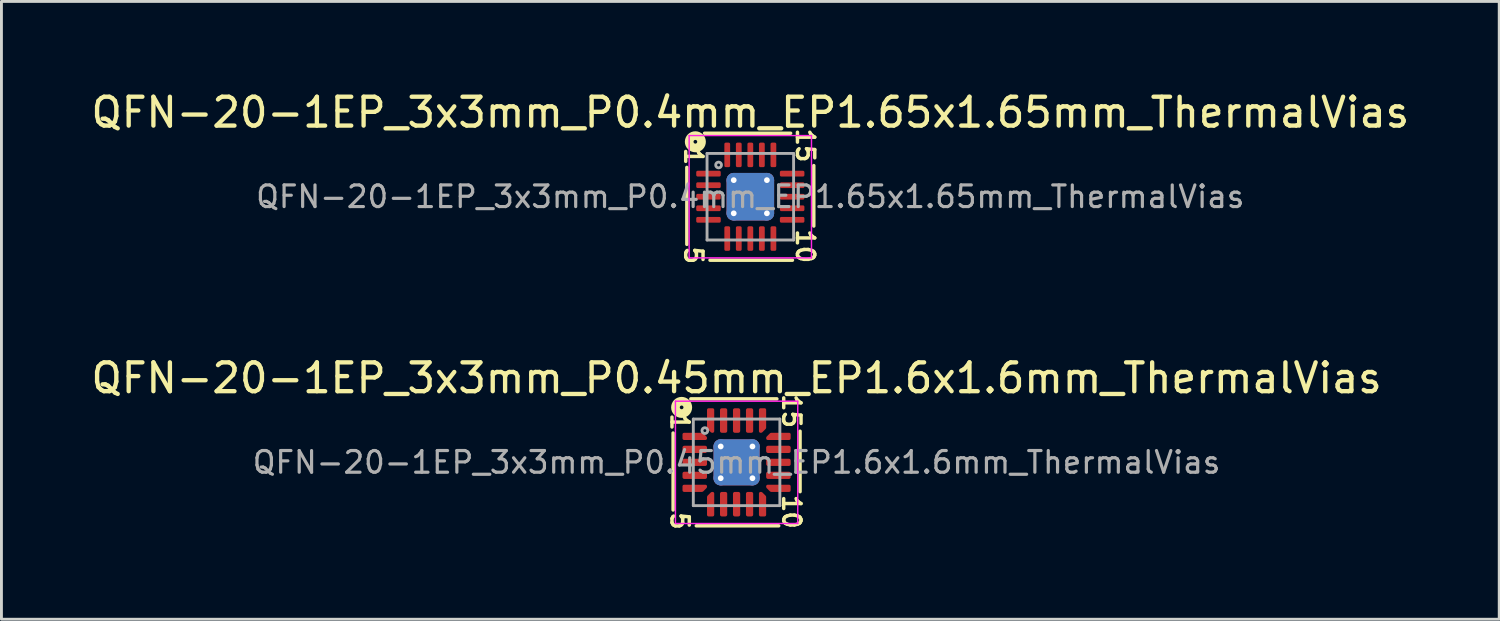
<source format=kicad_pcb>
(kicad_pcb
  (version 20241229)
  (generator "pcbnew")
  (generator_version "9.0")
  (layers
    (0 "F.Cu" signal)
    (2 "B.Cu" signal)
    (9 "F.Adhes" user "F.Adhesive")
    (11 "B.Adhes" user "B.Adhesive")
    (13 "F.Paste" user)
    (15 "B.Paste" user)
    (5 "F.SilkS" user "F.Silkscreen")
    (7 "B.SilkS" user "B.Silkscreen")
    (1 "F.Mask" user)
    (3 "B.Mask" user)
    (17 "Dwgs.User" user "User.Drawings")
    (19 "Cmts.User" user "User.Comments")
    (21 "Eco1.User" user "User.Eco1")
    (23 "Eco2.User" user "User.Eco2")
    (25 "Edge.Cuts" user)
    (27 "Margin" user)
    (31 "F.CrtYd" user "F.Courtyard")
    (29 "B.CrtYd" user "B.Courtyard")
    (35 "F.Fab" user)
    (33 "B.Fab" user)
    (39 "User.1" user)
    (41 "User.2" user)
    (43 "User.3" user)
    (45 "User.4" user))
  (footprint "QFN-20-1EP_3x3mm_P0.45mm_EP1.6x1.6mm_ThermalVias"
    (layer "F.Cu")
    (at 22.482 12.976)
    (property "Reference" "QFN-20-1EP_3x3mm_P0.45mm_EP1.6x1.6mm_ThermalVias" (at 0 -2.921 0) (layer "F.SilkS") (effects (font (size 1 1) (thickness 0.15))))
    (attr smd)
    (fp_line (start -2.2 -1.016) (end -2.2 1.651) (stroke (width 0.12) (type solid)) (layer "F.SilkS"))
    (fp_line (start -1.397 2.2) (end 1.46 2.2) (stroke (width 0.12) (type solid)) (layer "F.SilkS"))
    (fp_line (start 1.397 -2.2) (end -1.587 -2.2) (stroke (width 0.12) (type solid)) (layer "F.SilkS"))
    (fp_line (start 2.2 1.016) (end 2.2 -1.079) (stroke (width 0.12) (type solid)) (layer "F.SilkS"))
    (fp_circle (center -1.905 -1.905) (end -1.841 -1.905) (stroke (width 0.3) (type solid)) (fill no) (layer "F.SilkS"))
    (fp_line (start -2.12 -2.12) (end -2.12 2.12) (stroke (width 0.05) (type solid)) (layer "F.CrtYd"))
    (fp_line (start -2.12 2.12) (end 2.12 2.12) (stroke (width 0.05) (type solid)) (layer "F.CrtYd"))
    (fp_line (start 2.12 -2.12) (end -2.12 -2.12) (stroke (width 0.05) (type solid)) (layer "F.CrtYd"))
    (fp_line (start 2.12 2.12) (end 2.12 -2.12) (stroke (width 0.05) (type solid)) (layer "F.CrtYd"))
    (fp_line (start -1.5 -1.5) (end 1.5 -1.5) (stroke (width 0.1) (type solid)) (layer "F.Fab"))
    (fp_line (start -1.5 1.5) (end -1.5 -1.5) (stroke (width 0.1) (type solid)) (layer "F.Fab"))
    (fp_line (start 1.5 -1.5) (end 1.5 1.5) (stroke (width 0.1) (type solid)) (layer "F.Fab"))
    (fp_line (start 1.5 1.5) (end -1.5 1.5) (stroke (width 0.1) (type solid)) (layer "F.Fab"))
    (fp_circle (center -1.1 -1.1) (end -1 -1.1) (stroke (width 0.1) (type solid)) (fill no) (layer "F.Fab"))
    (fp_text user "1" (at -1.968 -1.397 270) (unlocked yes) (layer "F.SilkS") (effects (font (size 0.6 0.6) (thickness 0.12))))
    (fp_text user "5" (at -1.968 2.032 270) (unlocked yes) (layer "F.SilkS") (effects (font (size 0.6 0.6) (thickness 0.12))))
    (fp_text user "15" (at 1.905 -1.778 270) (unlocked yes) (layer "F.SilkS") (effects (font (size 0.6 0.6) (thickness 0.12))))
    (fp_text user "10" (at 1.905 1.714 270) (unlocked yes) (layer "F.SilkS") (effects (font (size 0.6 0.6) (thickness 0.12))))
    (fp_text user "${REFERENCE}" (at 0 0 0) (layer "F.Fab") (effects (font (size 0.75 0.75) (thickness 0.11))))
    (pad "" smd roundrect (at -0.4 -0.4) (size 0.69 0.69) (layers "F.Paste") (roundrect_rratio 0.25))
    (pad "" smd roundrect (at -0.4 0.4) (size 0.69 0.69) (layers "F.Paste") (roundrect_rratio 0.25))
    (pad "" smd roundrect (at 0.4 -0.4) (size 0.69 0.69) (layers "F.Paste") (roundrect_rratio 0.25))
    (pad "" smd roundrect (at 0.4 0.4) (size 0.69 0.69) (layers "F.Paste") (roundrect_rratio 0.25))
    (pad "1" smd custom (at -1.45 -0.9) (size 0.144 0.144) (layers "F.Cu" "F.Mask" "F.Paste") (options (anchor circle)) (primitives (gr_poly (pts (xy 0.375 0.046) (xy 0.375 0.075) (xy -0.375 0.075) (xy -0.375 -0.075) (xy 0.254 -0.075)) (width 0.1) (fill yes))))
    (pad "2" smd roundrect (at -1.45 -0.45) (size 0.85 0.25) (layers "F.Cu" "F.Mask" "F.Paste") (roundrect_rratio 0.25))
    (pad "3" smd roundrect (at -1.45 0) (size 0.85 0.25) (layers "F.Cu" "F.Mask" "F.Paste") (roundrect_rratio 0.25))
    (pad "4" smd roundrect (at -1.45 0.45) (size 0.85 0.25) (layers "F.Cu" "F.Mask" "F.Paste") (roundrect_rratio 0.25))
    (pad "5" smd custom (at -1.45 0.9) (size 0.144 0.144) (layers "F.Cu" "F.Mask" "F.Paste") (options (anchor circle)) (primitives (gr_poly (pts (xy 0.375 -0.046) (xy 0.254 0.075) (xy -0.375 0.075) (xy -0.375 -0.075) (xy 0.375 -0.075)) (width 0.1) (fill yes))))
    (pad "6" smd custom (at -0.9 1.45) (size 0.144 0.144) (layers "F.Cu" "F.Mask" "F.Paste") (options (anchor circle)) (primitives (gr_poly (pts (xy 0.075 0.375) (xy -0.075 0.375) (xy -0.075 -0.254) (xy 0.046 -0.375) (xy 0.075 -0.375)) (width 0.1) (fill yes))))
    (pad "7" smd roundrect (at -0.45 1.45) (size 0.25 0.85) (layers "F.Cu" "F.Mask" "F.Paste") (roundrect_rratio 0.25))
    (pad "8" smd roundrect (at 0 1.45) (size 0.25 0.85) (layers "F.Cu" "F.Mask" "F.Paste") (roundrect_rratio 0.25))
    (pad "9" smd roundrect (at 0.45 1.45) (size 0.25 0.85) (layers "F.Cu" "F.Mask" "F.Paste") (roundrect_rratio 0.25))
    (pad "10" smd custom (at 0.9 1.45) (size 0.144 0.144) (layers "F.Cu" "F.Mask" "F.Paste") (options (anchor circle)) (primitives (gr_poly (pts (xy 0.075 -0.254) (xy 0.075 0.375) (xy -0.075 0.375) (xy -0.075 -0.375) (xy -0.046 -0.375)) (width 0.1) (fill yes))))
    (pad "11" smd custom (at 1.45 0.9) (size 0.144 0.144) (layers "F.Cu" "F.Mask" "F.Paste") (options (anchor circle)) (primitives (gr_poly (pts (xy 0.375 0.075) (xy -0.254 0.075) (xy -0.375 -0.046) (xy -0.375 -0.075) (xy 0.375 -0.075)) (width 0.1) (fill yes))))
    (pad "12" smd roundrect (at 1.45 0.45) (size 0.85 0.25) (layers "F.Cu" "F.Mask" "F.Paste") (roundrect_rratio 0.25))
    (pad "13" smd roundrect (at 1.45 0) (size 0.85 0.25) (layers "F.Cu" "F.Mask" "F.Paste") (roundrect_rratio 0.25))
    (pad "14" smd roundrect (at 1.45 -0.45) (size 0.85 0.25) (layers "F.Cu" "F.Mask" "F.Paste") (roundrect_rratio 0.25))
    (pad "15" smd custom (at 1.45 -0.9) (size 0.144 0.144) (layers "F.Cu" "F.Mask" "F.Paste") (options (anchor circle)) (primitives (gr_poly (pts (xy 0.375 0.075) (xy -0.375 0.075) (xy -0.375 0.046) (xy -0.254 -0.075) (xy 0.375 -0.075)) (width 0.1) (fill yes))))
    (pad "16" smd custom (at 0.9 -1.45) (size 0.144 0.144) (layers "F.Cu" "F.Mask" "F.Paste") (options (anchor circle)) (primitives (gr_poly (pts (xy 0.075 0.254) (xy -0.046 0.375) (xy -0.075 0.375) (xy -0.075 -0.375) (xy 0.075 -0.375)) (width 0.1) (fill yes))))
    (pad "17" smd roundrect (at 0.45 -1.45) (size 0.25 0.85) (layers "F.Cu" "F.Mask" "F.Paste") (roundrect_rratio 0.25))
    (pad "18" smd roundrect (at 0 -1.45) (size 0.25 0.85) (layers "F.Cu" "F.Mask" "F.Paste") (roundrect_rratio 0.25))
    (pad "19" smd roundrect (at -0.45 -1.45) (size 0.25 0.85) (layers "F.Cu" "F.Mask" "F.Paste") (roundrect_rratio 0.25))
    (pad "20" smd custom (at -0.9 -1.45) (size 0.144 0.144) (layers "F.Cu" "F.Mask" "F.Paste") (options (anchor circle)) (primitives (gr_poly (pts (xy 0.075 0.375) (xy 0.046 0.375) (xy -0.075 0.254) (xy -0.075 -0.375) (xy 0.075 -0.375)) (width 0.1) (fill yes))))
    (pad "21" thru_hole circle (at -0.55 -0.55) (size 0.5 0.5) (drill 0.2) (property pad_prop_heatsink) (layers "*.Cu"))
    (pad "21" thru_hole circle (at -0.55 0.55) (size 0.5 0.5) (drill 0.2) (property pad_prop_heatsink) (layers "*.Cu"))
    (pad "21" smd roundrect (at 0 0) (size 1.6 1.6) (layers "F.Cu" "F.Mask") (roundrect_rratio 0.156))
    (pad "21" smd roundrect (at 0 0) (size 1.6 1.6) (layers "B.Cu" "B.Mask") (roundrect_rratio 0.156))
    (pad "21" thru_hole circle (at 0.55 -0.55) (size 0.5 0.5) (drill 0.2) (property pad_prop_heatsink) (layers "*.Cu"))
    (pad "21" thru_hole circle (at 0.55 0.55) (size 0.5 0.5) (drill 0.2) (property pad_prop_heatsink) (layers "*.Cu")))
  (footprint "QFN-20-1EP_3x3mm_P0.4mm_EP1.65x1.65mm_ThermalVias"
    (layer "F.Cu")
    (at 22.958 3.769)
    (property "Reference" "QFN-20-1EP_3x3mm_P0.4mm_EP1.65x1.65mm_ThermalVias" (at 0 -2.921 0) (layer "F.SilkS") (effects (font (size 1 1) (thickness 0.15))))
    (attr smd)
    (fp_line (start -2.2 -1.016) (end -2.2 1.651) (stroke (width 0.12) (type solid)) (layer "F.SilkS"))
    (fp_line (start -1.397 2.2) (end 1.46 2.2) (stroke (width 0.12) (type solid)) (layer "F.SilkS"))
    (fp_line (start 1.397 -2.2) (end -1.587 -2.2) (stroke (width 0.12) (type solid)) (layer "F.SilkS"))
    (fp_line (start 2.2 1.016) (end 2.2 -1.079) (stroke (width 0.12) (type solid)) (layer "F.SilkS"))
    (fp_circle (center -1.905 -1.905) (end -1.841 -1.905) (stroke (width 0.3) (type solid)) (fill no) (layer "F.SilkS"))
    (fp_line (start -2.12 -2.12) (end -2.12 2.12) (stroke (width 0.05) (type solid)) (layer "F.CrtYd"))
    (fp_line (start -2.12 2.12) (end 2.12 2.12) (stroke (width 0.05) (type solid)) (layer "F.CrtYd"))
    (fp_line (start 2.12 -2.12) (end -2.12 -2.12) (stroke (width 0.05) (type solid)) (layer "F.CrtYd"))
    (fp_line (start 2.12 2.12) (end 2.12 -2.12) (stroke (width 0.05) (type solid)) (layer "F.CrtYd"))
    (fp_line (start -1.5 -1.5) (end 1.5 -1.5) (stroke (width 0.1) (type solid)) (layer "F.Fab"))
    (fp_line (start -1.5 1.5) (end -1.5 -1.5) (stroke (width 0.1) (type solid)) (layer "F.Fab"))
    (fp_line (start 1.5 -1.5) (end 1.5 1.5) (stroke (width 0.1) (type solid)) (layer "F.Fab"))
    (fp_line (start 1.5 1.5) (end -1.5 1.5) (stroke (width 0.1) (type solid)) (layer "F.Fab"))
    (fp_circle (center -1.1 -1.1) (end -1 -1.1) (stroke (width 0.1) (type solid)) (fill no) (layer "F.Fab"))
    (fp_text user "10" (at 1.905 1.714 270) (unlocked yes) (layer "F.SilkS") (effects (font (size 0.6 0.6) (thickness 0.12))))
    (fp_text user "5" (at -1.968 2.032 270) (unlocked yes) (layer "F.SilkS") (effects (font (size 0.6 0.6) (thickness 0.12))))
    (fp_text user "1" (at -1.968 -1.397 270) (unlocked yes) (layer "F.SilkS") (effects (font (size 0.6 0.6) (thickness 0.12))))
    (fp_text user "15" (at 1.905 -1.778 270) (unlocked yes) (layer "F.SilkS") (effects (font (size 0.6 0.6) (thickness 0.12))))
    (fp_text user "${REFERENCE}" (at 0 0 0) (layer "F.Fab") (effects (font (size 0.75 0.75) (thickness 0.11))))
    (pad "" smd roundrect (at -0.41 -0.41) (size 0.69 0.69) (layers "F.Paste") (roundrect_rratio 0.25))
    (pad "" smd roundrect (at -0.41 0.41) (size 0.69 0.69) (layers "F.Paste") (roundrect_rratio 0.25))
    (pad "" smd roundrect (at 0.41 -0.41) (size 0.69 0.69) (layers "F.Paste") (roundrect_rratio 0.25))
    (pad "" smd roundrect (at 0.41 0.41) (size 0.69 0.69) (layers "F.Paste") (roundrect_rratio 0.25))
    (pad "1" smd roundrect (at -1.45 -0.8) (size 0.85 0.2) (layers "F.Cu" "F.Mask" "F.Paste") (roundrect_rratio 0.25))
    (pad "2" smd roundrect (at -1.45 -0.4) (size 0.85 0.2) (layers "F.Cu" "F.Mask" "F.Paste") (roundrect_rratio 0.25))
    (pad "3" smd roundrect (at -1.45 0) (size 0.85 0.2) (layers "F.Cu" "F.Mask" "F.Paste") (roundrect_rratio 0.25))
    (pad "4" smd roundrect (at -1.45 0.4) (size 0.85 0.2) (layers "F.Cu" "F.Mask" "F.Paste") (roundrect_rratio 0.25))
    (pad "5" smd roundrect (at -1.45 0.8) (size 0.85 0.2) (layers "F.Cu" "F.Mask" "F.Paste") (roundrect_rratio 0.25))
    (pad "6" smd roundrect (at -0.8 1.45) (size 0.2 0.85) (layers "F.Cu" "F.Mask" "F.Paste") (roundrect_rratio 0.25))
    (pad "7" smd roundrect (at -0.4 1.45) (size 0.2 0.85) (layers "F.Cu" "F.Mask" "F.Paste") (roundrect_rratio 0.25))
    (pad "8" smd roundrect (at 0 1.45) (size 0.2 0.85) (layers "F.Cu" "F.Mask" "F.Paste") (roundrect_rratio 0.25))
    (pad "9" smd roundrect (at 0.4 1.45) (size 0.2 0.85) (layers "F.Cu" "F.Mask" "F.Paste") (roundrect_rratio 0.25))
    (pad "10" smd roundrect (at 0.8 1.45) (size 0.2 0.85) (layers "F.Cu" "F.Mask" "F.Paste") (roundrect_rratio 0.25))
    (pad "11" smd roundrect (at 1.45 0.8) (size 0.85 0.2) (layers "F.Cu" "F.Mask" "F.Paste") (roundrect_rratio 0.25))
    (pad "12" smd roundrect (at 1.45 0.4) (size 0.85 0.2) (layers "F.Cu" "F.Mask" "F.Paste") (roundrect_rratio 0.25))
    (pad "13" smd roundrect (at 1.45 0) (size 0.85 0.2) (layers "F.Cu" "F.Mask" "F.Paste") (roundrect_rratio 0.25))
    (pad "14" smd roundrect (at 1.45 -0.4) (size 0.85 0.2) (layers "F.Cu" "F.Mask" "F.Paste") (roundrect_rratio 0.25))
    (pad "15" smd roundrect (at 1.45 -0.8) (size 0.85 0.2) (layers "F.Cu" "F.Mask" "F.Paste") (roundrect_rratio 0.25))
    (pad "16" smd roundrect (at 0.8 -1.45) (size 0.2 0.85) (layers "F.Cu" "F.Mask" "F.Paste") (roundrect_rratio 0.25))
    (pad "17" smd roundrect (at 0.4 -1.45) (size 0.2 0.85) (layers "F.Cu" "F.Mask" "F.Paste") (roundrect_rratio 0.25))
    (pad "18" smd roundrect (at 0 -1.45) (size 0.2 0.85) (layers "F.Cu" "F.Mask" "F.Paste") (roundrect_rratio 0.25))
    (pad "19" smd roundrect (at -0.4 -1.45) (size 0.2 0.85) (layers "F.Cu" "F.Mask" "F.Paste") (roundrect_rratio 0.25))
    (pad "20" smd roundrect (at -0.8 -1.45) (size 0.2 0.85) (layers "F.Cu" "F.Mask" "F.Paste") (roundrect_rratio 0.25))
    (pad "21" thru_hole circle (at -0.575 -0.575) (size 0.5 0.5) (drill 0.2) (property pad_prop_heatsink) (layers "*.Cu"))
    (pad "21" thru_hole circle (at -0.575 0.575) (size 0.5 0.5) (drill 0.2) (property pad_prop_heatsink) (layers "*.Cu"))
    (pad "21" smd roundrect (at 0 0) (size 1.65 1.65) (layers "F.Cu" "F.Mask") (roundrect_rratio 0.152))
    (pad "21" smd roundrect (at 0 0) (size 1.65 1.65) (layers "B.Cu" "B.Mask") (roundrect_rratio 0.152))
    (pad "21" thru_hole circle (at 0.575 -0.575) (size 0.5 0.5) (drill 0.2) (property pad_prop_heatsink) (layers "*.Cu"))
    (pad "21" thru_hole circle (at 0.575 0.575) (size 0.5 0.5) (drill 0.2) (property pad_prop_heatsink) (layers "*.Cu")))
  (gr_rect
    (start -3 -3)
    (end 48.917 18.414)
    (stroke (width 0.1) (type default))
    (fill no)
    (layer "Edge.Cuts")))
</source>
